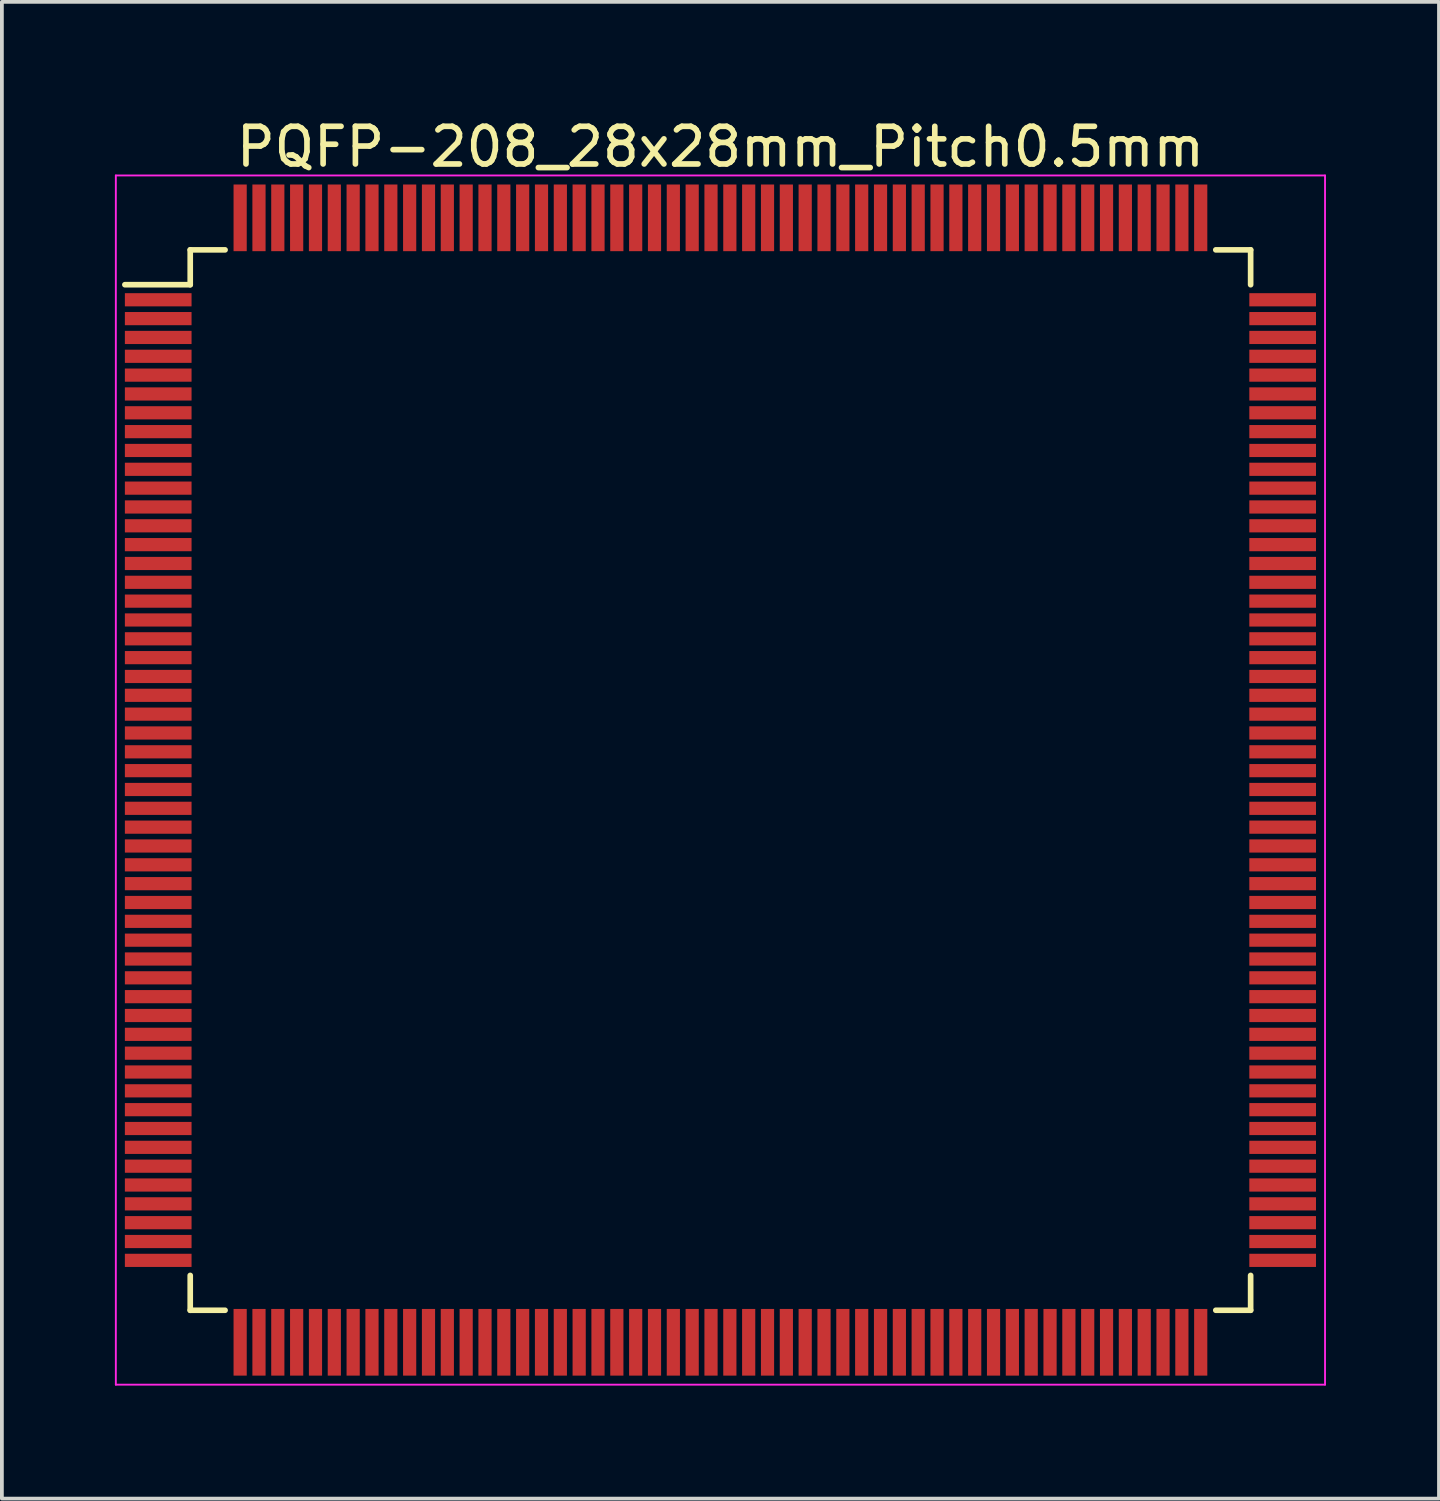
<source format=kicad_pcb>
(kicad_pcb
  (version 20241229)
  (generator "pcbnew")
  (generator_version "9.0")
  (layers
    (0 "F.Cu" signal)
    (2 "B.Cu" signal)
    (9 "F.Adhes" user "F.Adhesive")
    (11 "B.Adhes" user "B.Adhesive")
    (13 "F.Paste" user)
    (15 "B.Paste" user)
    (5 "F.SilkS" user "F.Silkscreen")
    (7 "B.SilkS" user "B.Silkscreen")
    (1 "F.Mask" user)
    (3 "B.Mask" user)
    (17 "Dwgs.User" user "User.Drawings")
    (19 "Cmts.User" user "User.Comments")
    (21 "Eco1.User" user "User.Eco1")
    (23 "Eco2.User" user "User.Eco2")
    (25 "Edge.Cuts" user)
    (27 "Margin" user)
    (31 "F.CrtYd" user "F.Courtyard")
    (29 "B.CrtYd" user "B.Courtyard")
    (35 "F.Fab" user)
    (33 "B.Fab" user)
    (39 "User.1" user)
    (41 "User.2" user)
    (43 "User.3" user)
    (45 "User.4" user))
  (footprint "PQFP-208_28x28mm_Pitch0.5mm"
    (layer "F.Cu")
    (at 16.075 17.658)
    (property "Reference" "PQFP-208_28x28mm_Pitch0.5mm" (at 0 -16.81 0) (layer "F.SilkS") (effects (font (size 1 1) (thickness 0.15))))
    (attr smd)
    (fp_line (start -14.075 -14.075) (end -14.075 -13.15) (stroke (width 0.15) (type solid)) (layer "F.SilkS"))
    (fp_line (start -14.075 -14.075) (end -13.15 -14.075) (stroke (width 0.15) (type solid)) (layer "F.SilkS"))
    (fp_line (start -14.075 -13.15) (end -15.81 -13.15) (stroke (width 0.15) (type solid)) (layer "F.SilkS"))
    (fp_line (start -14.075 14.075) (end -14.075 13.15) (stroke (width 0.15) (type solid)) (layer "F.SilkS"))
    (fp_line (start -14.075 14.075) (end -13.15 14.075) (stroke (width 0.15) (type solid)) (layer "F.SilkS"))
    (fp_line (start 14.075 -14.075) (end 13.15 -14.075) (stroke (width 0.15) (type solid)) (layer "F.SilkS"))
    (fp_line (start 14.075 -14.075) (end 14.075 -13.15) (stroke (width 0.15) (type solid)) (layer "F.SilkS"))
    (fp_line (start 14.075 14.075) (end 13.15 14.075) (stroke (width 0.15) (type solid)) (layer "F.SilkS"))
    (fp_line (start 14.075 14.075) (end 14.075 13.15) (stroke (width 0.15) (type solid)) (layer "F.SilkS"))
    (fp_line (start -16.05 -16.05) (end -16.05 16.05) (stroke (width 0.05) (type solid)) (layer "F.CrtYd"))
    (fp_line (start -16.05 -16.05) (end 16.05 -16.05) (stroke (width 0.05) (type solid)) (layer "F.CrtYd"))
    (fp_line (start -16.05 16.05) (end 16.05 16.05) (stroke (width 0.05) (type solid)) (layer "F.CrtYd"))
    (fp_line (start 16.05 -16.05) (end 16.05 16.05) (stroke (width 0.05) (type solid)) (layer "F.CrtYd"))
    (pad "1" smd rect (at -14.925 -12.75) (size 1.77 0.35) (layers "F.Cu" "F.Mask" "F.Paste"))
    (pad "2" smd rect (at -14.925 -12.25) (size 1.77 0.35) (layers "F.Cu" "F.Mask" "F.Paste"))
    (pad "3" smd rect (at -14.925 -11.75) (size 1.77 0.35) (layers "F.Cu" "F.Mask" "F.Paste"))
    (pad "4" smd rect (at -14.925 -11.25) (size 1.77 0.35) (layers "F.Cu" "F.Mask" "F.Paste"))
    (pad "5" smd rect (at -14.925 -10.75) (size 1.77 0.35) (layers "F.Cu" "F.Mask" "F.Paste"))
    (pad "6" smd rect (at -14.925 -10.25) (size 1.77 0.35) (layers "F.Cu" "F.Mask" "F.Paste"))
    (pad "7" smd rect (at -14.925 -9.75) (size 1.77 0.35) (layers "F.Cu" "F.Mask" "F.Paste"))
    (pad "8" smd rect (at -14.925 -9.25) (size 1.77 0.35) (layers "F.Cu" "F.Mask" "F.Paste"))
    (pad "9" smd rect (at -14.925 -8.75) (size 1.77 0.35) (layers "F.Cu" "F.Mask" "F.Paste"))
    (pad "10" smd rect (at -14.925 -8.25) (size 1.77 0.35) (layers "F.Cu" "F.Mask" "F.Paste"))
    (pad "11" smd rect (at -14.925 -7.75) (size 1.77 0.35) (layers "F.Cu" "F.Mask" "F.Paste"))
    (pad "12" smd rect (at -14.925 -7.25) (size 1.77 0.35) (layers "F.Cu" "F.Mask" "F.Paste"))
    (pad "13" smd rect (at -14.925 -6.75) (size 1.77 0.35) (layers "F.Cu" "F.Mask" "F.Paste"))
    (pad "14" smd rect (at -14.925 -6.25) (size 1.77 0.35) (layers "F.Cu" "F.Mask" "F.Paste"))
    (pad "15" smd rect (at -14.925 -5.75) (size 1.77 0.35) (layers "F.Cu" "F.Mask" "F.Paste"))
    (pad "16" smd rect (at -14.925 -5.25) (size 1.77 0.35) (layers "F.Cu" "F.Mask" "F.Paste"))
    (pad "17" smd rect (at -14.925 -4.75) (size 1.77 0.35) (layers "F.Cu" "F.Mask" "F.Paste"))
    (pad "18" smd rect (at -14.925 -4.25) (size 1.77 0.35) (layers "F.Cu" "F.Mask" "F.Paste"))
    (pad "19" smd rect (at -14.925 -3.75) (size 1.77 0.35) (layers "F.Cu" "F.Mask" "F.Paste"))
    (pad "20" smd rect (at -14.925 -3.25) (size 1.77 0.35) (layers "F.Cu" "F.Mask" "F.Paste"))
    (pad "21" smd rect (at -14.925 -2.75) (size 1.77 0.35) (layers "F.Cu" "F.Mask" "F.Paste"))
    (pad "22" smd rect (at -14.925 -2.25) (size 1.77 0.35) (layers "F.Cu" "F.Mask" "F.Paste"))
    (pad "23" smd rect (at -14.925 -1.75) (size 1.77 0.35) (layers "F.Cu" "F.Mask" "F.Paste"))
    (pad "24" smd rect (at -14.925 -1.25) (size 1.77 0.35) (layers "F.Cu" "F.Mask" "F.Paste"))
    (pad "25" smd rect (at -14.925 -0.75) (size 1.77 0.35) (layers "F.Cu" "F.Mask" "F.Paste"))
    (pad "26" smd rect (at -14.925 -0.25) (size 1.77 0.35) (layers "F.Cu" "F.Mask" "F.Paste"))
    (pad "27" smd rect (at -14.925 0.25) (size 1.77 0.35) (layers "F.Cu" "F.Mask" "F.Paste"))
    (pad "28" smd rect (at -14.925 0.75) (size 1.77 0.35) (layers "F.Cu" "F.Mask" "F.Paste"))
    (pad "29" smd rect (at -14.925 1.25) (size 1.77 0.35) (layers "F.Cu" "F.Mask" "F.Paste"))
    (pad "30" smd rect (at -14.925 1.75) (size 1.77 0.35) (layers "F.Cu" "F.Mask" "F.Paste"))
    (pad "31" smd rect (at -14.925 2.25) (size 1.77 0.35) (layers "F.Cu" "F.Mask" "F.Paste"))
    (pad "32" smd rect (at -14.925 2.75) (size 1.77 0.35) (layers "F.Cu" "F.Mask" "F.Paste"))
    (pad "33" smd rect (at -14.925 3.25) (size 1.77 0.35) (layers "F.Cu" "F.Mask" "F.Paste"))
    (pad "34" smd rect (at -14.925 3.75) (size 1.77 0.35) (layers "F.Cu" "F.Mask" "F.Paste"))
    (pad "35" smd rect (at -14.925 4.25) (size 1.77 0.35) (layers "F.Cu" "F.Mask" "F.Paste"))
    (pad "36" smd rect (at -14.925 4.75) (size 1.77 0.35) (layers "F.Cu" "F.Mask" "F.Paste"))
    (pad "37" smd rect (at -14.925 5.25) (size 1.77 0.35) (layers "F.Cu" "F.Mask" "F.Paste"))
    (pad "38" smd rect (at -14.925 5.75) (size 1.77 0.35) (layers "F.Cu" "F.Mask" "F.Paste"))
    (pad "39" smd rect (at -14.925 6.25) (size 1.77 0.35) (layers "F.Cu" "F.Mask" "F.Paste"))
    (pad "40" smd rect (at -14.925 6.75) (size 1.77 0.35) (layers "F.Cu" "F.Mask" "F.Paste"))
    (pad "41" smd rect (at -14.925 7.25) (size 1.77 0.35) (layers "F.Cu" "F.Mask" "F.Paste"))
    (pad "42" smd rect (at -14.925 7.75) (size 1.77 0.35) (layers "F.Cu" "F.Mask" "F.Paste"))
    (pad "43" smd rect (at -14.925 8.25) (size 1.77 0.35) (layers "F.Cu" "F.Mask" "F.Paste"))
    (pad "44" smd rect (at -14.925 8.75) (size 1.77 0.35) (layers "F.Cu" "F.Mask" "F.Paste"))
    (pad "45" smd rect (at -14.925 9.25) (size 1.77 0.35) (layers "F.Cu" "F.Mask" "F.Paste"))
    (pad "46" smd rect (at -14.925 9.75) (size 1.77 0.35) (layers "F.Cu" "F.Mask" "F.Paste"))
    (pad "47" smd rect (at -14.925 10.25) (size 1.77 0.35) (layers "F.Cu" "F.Mask" "F.Paste"))
    (pad "48" smd rect (at -14.925 10.75) (size 1.77 0.35) (layers "F.Cu" "F.Mask" "F.Paste"))
    (pad "49" smd rect (at -14.925 11.25) (size 1.77 0.35) (layers "F.Cu" "F.Mask" "F.Paste"))
    (pad "50" smd rect (at -14.925 11.75) (size 1.77 0.35) (layers "F.Cu" "F.Mask" "F.Paste"))
    (pad "51" smd rect (at -14.925 12.25) (size 1.77 0.35) (layers "F.Cu" "F.Mask" "F.Paste"))
    (pad "52" smd rect (at -14.925 12.75) (size 1.77 0.35) (layers "F.Cu" "F.Mask" "F.Paste"))
    (pad "53" smd rect (at -12.75 14.925 90) (size 1.77 0.35) (layers "F.Cu" "F.Mask" "F.Paste"))
    (pad "54" smd rect (at -12.25 14.925 90) (size 1.77 0.35) (layers "F.Cu" "F.Mask" "F.Paste"))
    (pad "55" smd rect (at -11.75 14.925 90) (size 1.77 0.35) (layers "F.Cu" "F.Mask" "F.Paste"))
    (pad "56" smd rect (at -11.25 14.925 90) (size 1.77 0.35) (layers "F.Cu" "F.Mask" "F.Paste"))
    (pad "57" smd rect (at -10.75 14.925 90) (size 1.77 0.35) (layers "F.Cu" "F.Mask" "F.Paste"))
    (pad "58" smd rect (at -10.25 14.925 90) (size 1.77 0.35) (layers "F.Cu" "F.Mask" "F.Paste"))
    (pad "59" smd rect (at -9.75 14.925 90) (size 1.77 0.35) (layers "F.Cu" "F.Mask" "F.Paste"))
    (pad "60" smd rect (at -9.25 14.925 90) (size 1.77 0.35) (layers "F.Cu" "F.Mask" "F.Paste"))
    (pad "61" smd rect (at -8.75 14.925 90) (size 1.77 0.35) (layers "F.Cu" "F.Mask" "F.Paste"))
    (pad "62" smd rect (at -8.25 14.925 90) (size 1.77 0.35) (layers "F.Cu" "F.Mask" "F.Paste"))
    (pad "63" smd rect (at -7.75 14.925 90) (size 1.77 0.35) (layers "F.Cu" "F.Mask" "F.Paste"))
    (pad "64" smd rect (at -7.25 14.925 90) (size 1.77 0.35) (layers "F.Cu" "F.Mask" "F.Paste"))
    (pad "65" smd rect (at -6.75 14.925 90) (size 1.77 0.35) (layers "F.Cu" "F.Mask" "F.Paste"))
    (pad "66" smd rect (at -6.25 14.925 90) (size 1.77 0.35) (layers "F.Cu" "F.Mask" "F.Paste"))
    (pad "67" smd rect (at -5.75 14.925 90) (size 1.77 0.35) (layers "F.Cu" "F.Mask" "F.Paste"))
    (pad "68" smd rect (at -5.25 14.925 90) (size 1.77 0.35) (layers "F.Cu" "F.Mask" "F.Paste"))
    (pad "69" smd rect (at -4.75 14.925 90) (size 1.77 0.35) (layers "F.Cu" "F.Mask" "F.Paste"))
    (pad "70" smd rect (at -4.25 14.925 90) (size 1.77 0.35) (layers "F.Cu" "F.Mask" "F.Paste"))
    (pad "71" smd rect (at -3.75 14.925 90) (size 1.77 0.35) (layers "F.Cu" "F.Mask" "F.Paste"))
    (pad "72" smd rect (at -3.25 14.925 90) (size 1.77 0.35) (layers "F.Cu" "F.Mask" "F.Paste"))
    (pad "73" smd rect (at -2.75 14.925 90) (size 1.77 0.35) (layers "F.Cu" "F.Mask" "F.Paste"))
    (pad "74" smd rect (at -2.25 14.925 90) (size 1.77 0.35) (layers "F.Cu" "F.Mask" "F.Paste"))
    (pad "75" smd rect (at -1.75 14.925 90) (size 1.77 0.35) (layers "F.Cu" "F.Mask" "F.Paste"))
    (pad "76" smd rect (at -1.25 14.925 90) (size 1.77 0.35) (layers "F.Cu" "F.Mask" "F.Paste"))
    (pad "77" smd rect (at -0.75 14.925 90) (size 1.77 0.35) (layers "F.Cu" "F.Mask" "F.Paste"))
    (pad "78" smd rect (at -0.25 14.925 90) (size 1.77 0.35) (layers "F.Cu" "F.Mask" "F.Paste"))
    (pad "79" smd rect (at 0.25 14.925 90) (size 1.77 0.35) (layers "F.Cu" "F.Mask" "F.Paste"))
    (pad "80" smd rect (at 0.75 14.925 90) (size 1.77 0.35) (layers "F.Cu" "F.Mask" "F.Paste"))
    (pad "81" smd rect (at 1.25 14.925 90) (size 1.77 0.35) (layers "F.Cu" "F.Mask" "F.Paste"))
    (pad "82" smd rect (at 1.75 14.925 90) (size 1.77 0.35) (layers "F.Cu" "F.Mask" "F.Paste"))
    (pad "83" smd rect (at 2.25 14.925 90) (size 1.77 0.35) (layers "F.Cu" "F.Mask" "F.Paste"))
    (pad "84" smd rect (at 2.75 14.925 90) (size 1.77 0.35) (layers "F.Cu" "F.Mask" "F.Paste"))
    (pad "85" smd rect (at 3.25 14.925 90) (size 1.77 0.35) (layers "F.Cu" "F.Mask" "F.Paste"))
    (pad "86" smd rect (at 3.75 14.925 90) (size 1.77 0.35) (layers "F.Cu" "F.Mask" "F.Paste"))
    (pad "87" smd rect (at 4.25 14.925 90) (size 1.77 0.35) (layers "F.Cu" "F.Mask" "F.Paste"))
    (pad "88" smd rect (at 4.75 14.925 90) (size 1.77 0.35) (layers "F.Cu" "F.Mask" "F.Paste"))
    (pad "89" smd rect (at 5.25 14.925 90) (size 1.77 0.35) (layers "F.Cu" "F.Mask" "F.Paste"))
    (pad "90" smd rect (at 5.75 14.925 90) (size 1.77 0.35) (layers "F.Cu" "F.Mask" "F.Paste"))
    (pad "91" smd rect (at 6.25 14.925 90) (size 1.77 0.35) (layers "F.Cu" "F.Mask" "F.Paste"))
    (pad "92" smd rect (at 6.75 14.925 90) (size 1.77 0.35) (layers "F.Cu" "F.Mask" "F.Paste"))
    (pad "93" smd rect (at 7.25 14.925 90) (size 1.77 0.35) (layers "F.Cu" "F.Mask" "F.Paste"))
    (pad "94" smd rect (at 7.75 14.925 90) (size 1.77 0.35) (layers "F.Cu" "F.Mask" "F.Paste"))
    (pad "95" smd rect (at 8.25 14.925 90) (size 1.77 0.35) (layers "F.Cu" "F.Mask" "F.Paste"))
    (pad "96" smd rect (at 8.75 14.925 90) (size 1.77 0.35) (layers "F.Cu" "F.Mask" "F.Paste"))
    (pad "97" smd rect (at 9.25 14.925 90) (size 1.77 0.35) (layers "F.Cu" "F.Mask" "F.Paste"))
    (pad "98" smd rect (at 9.75 14.925 90) (size 1.77 0.35) (layers "F.Cu" "F.Mask" "F.Paste"))
    (pad "99" smd rect (at 10.25 14.925 90) (size 1.77 0.35) (layers "F.Cu" "F.Mask" "F.Paste"))
    (pad "100" smd rect (at 10.75 14.925 90) (size 1.77 0.35) (layers "F.Cu" "F.Mask" "F.Paste"))
    (pad "101" smd rect (at 11.25 14.925 90) (size 1.77 0.35) (layers "F.Cu" "F.Mask" "F.Paste"))
    (pad "102" smd rect (at 11.75 14.925 90) (size 1.77 0.35) (layers "F.Cu" "F.Mask" "F.Paste"))
    (pad "103" smd rect (at 12.25 14.925 90) (size 1.77 0.35) (layers "F.Cu" "F.Mask" "F.Paste"))
    (pad "104" smd rect (at 12.75 14.925 90) (size 1.77 0.35) (layers "F.Cu" "F.Mask" "F.Paste"))
    (pad "105" smd rect (at 14.925 12.75) (size 1.77 0.35) (layers "F.Cu" "F.Mask" "F.Paste"))
    (pad "106" smd rect (at 14.925 12.25) (size 1.77 0.35) (layers "F.Cu" "F.Mask" "F.Paste"))
    (pad "107" smd rect (at 14.925 11.75) (size 1.77 0.35) (layers "F.Cu" "F.Mask" "F.Paste"))
    (pad "108" smd rect (at 14.925 11.25) (size 1.77 0.35) (layers "F.Cu" "F.Mask" "F.Paste"))
    (pad "109" smd rect (at 14.925 10.75) (size 1.77 0.35) (layers "F.Cu" "F.Mask" "F.Paste"))
    (pad "110" smd rect (at 14.925 10.25) (size 1.77 0.35) (layers "F.Cu" "F.Mask" "F.Paste"))
    (pad "111" smd rect (at 14.925 9.75) (size 1.77 0.35) (layers "F.Cu" "F.Mask" "F.Paste"))
    (pad "112" smd rect (at 14.925 9.25) (size 1.77 0.35) (layers "F.Cu" "F.Mask" "F.Paste"))
    (pad "113" smd rect (at 14.925 8.75) (size 1.77 0.35) (layers "F.Cu" "F.Mask" "F.Paste"))
    (pad "114" smd rect (at 14.925 8.25) (size 1.77 0.35) (layers "F.Cu" "F.Mask" "F.Paste"))
    (pad "115" smd rect (at 14.925 7.75) (size 1.77 0.35) (layers "F.Cu" "F.Mask" "F.Paste"))
    (pad "116" smd rect (at 14.925 7.25) (size 1.77 0.35) (layers "F.Cu" "F.Mask" "F.Paste"))
    (pad "117" smd rect (at 14.925 6.75) (size 1.77 0.35) (layers "F.Cu" "F.Mask" "F.Paste"))
    (pad "118" smd rect (at 14.925 6.25) (size 1.77 0.35) (layers "F.Cu" "F.Mask" "F.Paste"))
    (pad "119" smd rect (at 14.925 5.75) (size 1.77 0.35) (layers "F.Cu" "F.Mask" "F.Paste"))
    (pad "120" smd rect (at 14.925 5.25) (size 1.77 0.35) (layers "F.Cu" "F.Mask" "F.Paste"))
    (pad "121" smd rect (at 14.925 4.75) (size 1.77 0.35) (layers "F.Cu" "F.Mask" "F.Paste"))
    (pad "122" smd rect (at 14.925 4.25) (size 1.77 0.35) (layers "F.Cu" "F.Mask" "F.Paste"))
    (pad "123" smd rect (at 14.925 3.75) (size 1.77 0.35) (layers "F.Cu" "F.Mask" "F.Paste"))
    (pad "124" smd rect (at 14.925 3.25) (size 1.77 0.35) (layers "F.Cu" "F.Mask" "F.Paste"))
    (pad "125" smd rect (at 14.925 2.75) (size 1.77 0.35) (layers "F.Cu" "F.Mask" "F.Paste"))
    (pad "126" smd rect (at 14.925 2.25) (size 1.77 0.35) (layers "F.Cu" "F.Mask" "F.Paste"))
    (pad "127" smd rect (at 14.925 1.75) (size 1.77 0.35) (layers "F.Cu" "F.Mask" "F.Paste"))
    (pad "128" smd rect (at 14.925 1.25) (size 1.77 0.35) (layers "F.Cu" "F.Mask" "F.Paste"))
    (pad "129" smd rect (at 14.925 0.75) (size 1.77 0.35) (layers "F.Cu" "F.Mask" "F.Paste"))
    (pad "130" smd rect (at 14.925 0.25) (size 1.77 0.35) (layers "F.Cu" "F.Mask" "F.Paste"))
    (pad "131" smd rect (at 14.925 -0.25) (size 1.77 0.35) (layers "F.Cu" "F.Mask" "F.Paste"))
    (pad "132" smd rect (at 14.925 -0.75) (size 1.77 0.35) (layers "F.Cu" "F.Mask" "F.Paste"))
    (pad "133" smd rect (at 14.925 -1.25) (size 1.77 0.35) (layers "F.Cu" "F.Mask" "F.Paste"))
    (pad "134" smd rect (at 14.925 -1.75) (size 1.77 0.35) (layers "F.Cu" "F.Mask" "F.Paste"))
    (pad "135" smd rect (at 14.925 -2.25) (size 1.77 0.35) (layers "F.Cu" "F.Mask" "F.Paste"))
    (pad "136" smd rect (at 14.925 -2.75) (size 1.77 0.35) (layers "F.Cu" "F.Mask" "F.Paste"))
    (pad "137" smd rect (at 14.925 -3.25) (size 1.77 0.35) (layers "F.Cu" "F.Mask" "F.Paste"))
    (pad "138" smd rect (at 14.925 -3.75) (size 1.77 0.35) (layers "F.Cu" "F.Mask" "F.Paste"))
    (pad "139" smd rect (at 14.925 -4.25) (size 1.77 0.35) (layers "F.Cu" "F.Mask" "F.Paste"))
    (pad "140" smd rect (at 14.925 -4.75) (size 1.77 0.35) (layers "F.Cu" "F.Mask" "F.Paste"))
    (pad "141" smd rect (at 14.925 -5.25) (size 1.77 0.35) (layers "F.Cu" "F.Mask" "F.Paste"))
    (pad "142" smd rect (at 14.925 -5.75) (size 1.77 0.35) (layers "F.Cu" "F.Mask" "F.Paste"))
    (pad "143" smd rect (at 14.925 -6.25) (size 1.77 0.35) (layers "F.Cu" "F.Mask" "F.Paste"))
    (pad "144" smd rect (at 14.925 -6.75) (size 1.77 0.35) (layers "F.Cu" "F.Mask" "F.Paste"))
    (pad "145" smd rect (at 14.925 -7.25) (size 1.77 0.35) (layers "F.Cu" "F.Mask" "F.Paste"))
    (pad "146" smd rect (at 14.925 -7.75) (size 1.77 0.35) (layers "F.Cu" "F.Mask" "F.Paste"))
    (pad "147" smd rect (at 14.925 -8.25) (size 1.77 0.35) (layers "F.Cu" "F.Mask" "F.Paste"))
    (pad "148" smd rect (at 14.925 -8.75) (size 1.77 0.35) (layers "F.Cu" "F.Mask" "F.Paste"))
    (pad "149" smd rect (at 14.925 -9.25) (size 1.77 0.35) (layers "F.Cu" "F.Mask" "F.Paste"))
    (pad "150" smd rect (at 14.925 -9.75) (size 1.77 0.35) (layers "F.Cu" "F.Mask" "F.Paste"))
    (pad "151" smd rect (at 14.925 -10.25) (size 1.77 0.35) (layers "F.Cu" "F.Mask" "F.Paste"))
    (pad "152" smd rect (at 14.925 -10.75) (size 1.77 0.35) (layers "F.Cu" "F.Mask" "F.Paste"))
    (pad "153" smd rect (at 14.925 -11.25) (size 1.77 0.35) (layers "F.Cu" "F.Mask" "F.Paste"))
    (pad "154" smd rect (at 14.925 -11.75) (size 1.77 0.35) (layers "F.Cu" "F.Mask" "F.Paste"))
    (pad "155" smd rect (at 14.925 -12.25) (size 1.77 0.35) (layers "F.Cu" "F.Mask" "F.Paste"))
    (pad "156" smd rect (at 14.925 -12.75) (size 1.77 0.35) (layers "F.Cu" "F.Mask" "F.Paste"))
    (pad "157" smd rect (at 12.75 -14.925 90) (size 1.77 0.35) (layers "F.Cu" "F.Mask" "F.Paste"))
    (pad "158" smd rect (at 12.25 -14.925 90) (size 1.77 0.35) (layers "F.Cu" "F.Mask" "F.Paste"))
    (pad "159" smd rect (at 11.75 -14.925 90) (size 1.77 0.35) (layers "F.Cu" "F.Mask" "F.Paste"))
    (pad "160" smd rect (at 11.25 -14.925 90) (size 1.77 0.35) (layers "F.Cu" "F.Mask" "F.Paste"))
    (pad "161" smd rect (at 10.75 -14.925 90) (size 1.77 0.35) (layers "F.Cu" "F.Mask" "F.Paste"))
    (pad "162" smd rect (at 10.25 -14.925 90) (size 1.77 0.35) (layers "F.Cu" "F.Mask" "F.Paste"))
    (pad "163" smd rect (at 9.75 -14.925 90) (size 1.77 0.35) (layers "F.Cu" "F.Mask" "F.Paste"))
    (pad "164" smd rect (at 9.25 -14.925 90) (size 1.77 0.35) (layers "F.Cu" "F.Mask" "F.Paste"))
    (pad "165" smd rect (at 8.75 -14.925 90) (size 1.77 0.35) (layers "F.Cu" "F.Mask" "F.Paste"))
    (pad "166" smd rect (at 8.25 -14.925 90) (size 1.77 0.35) (layers "F.Cu" "F.Mask" "F.Paste"))
    (pad "167" smd rect (at 7.75 -14.925 90) (size 1.77 0.35) (layers "F.Cu" "F.Mask" "F.Paste"))
    (pad "168" smd rect (at 7.25 -14.925 90) (size 1.77 0.35) (layers "F.Cu" "F.Mask" "F.Paste"))
    (pad "169" smd rect (at 6.75 -14.925 90) (size 1.77 0.35) (layers "F.Cu" "F.Mask" "F.Paste"))
    (pad "170" smd rect (at 6.25 -14.925 90) (size 1.77 0.35) (layers "F.Cu" "F.Mask" "F.Paste"))
    (pad "171" smd rect (at 5.75 -14.925 90) (size 1.77 0.35) (layers "F.Cu" "F.Mask" "F.Paste"))
    (pad "172" smd rect (at 5.25 -14.925 90) (size 1.77 0.35) (layers "F.Cu" "F.Mask" "F.Paste"))
    (pad "173" smd rect (at 4.75 -14.925 90) (size 1.77 0.35) (layers "F.Cu" "F.Mask" "F.Paste"))
    (pad "174" smd rect (at 4.25 -14.925 90) (size 1.77 0.35) (layers "F.Cu" "F.Mask" "F.Paste"))
    (pad "175" smd rect (at 3.75 -14.925 90) (size 1.77 0.35) (layers "F.Cu" "F.Mask" "F.Paste"))
    (pad "176" smd rect (at 3.25 -14.925 90) (size 1.77 0.35) (layers "F.Cu" "F.Mask" "F.Paste"))
    (pad "177" smd rect (at 2.75 -14.925 90) (size 1.77 0.35) (layers "F.Cu" "F.Mask" "F.Paste"))
    (pad "178" smd rect (at 2.25 -14.925 90) (size 1.77 0.35) (layers "F.Cu" "F.Mask" "F.Paste"))
    (pad "179" smd rect (at 1.75 -14.925 90) (size 1.77 0.35) (layers "F.Cu" "F.Mask" "F.Paste"))
    (pad "180" smd rect (at 1.25 -14.925 90) (size 1.77 0.35) (layers "F.Cu" "F.Mask" "F.Paste"))
    (pad "181" smd rect (at 0.75 -14.925 90) (size 1.77 0.35) (layers "F.Cu" "F.Mask" "F.Paste"))
    (pad "182" smd rect (at 0.25 -14.925 90) (size 1.77 0.35) (layers "F.Cu" "F.Mask" "F.Paste"))
    (pad "183" smd rect (at -0.25 -14.925 90) (size 1.77 0.35) (layers "F.Cu" "F.Mask" "F.Paste"))
    (pad "184" smd rect (at -0.75 -14.925 90) (size 1.77 0.35) (layers "F.Cu" "F.Mask" "F.Paste"))
    (pad "185" smd rect (at -1.25 -14.925 90) (size 1.77 0.35) (layers "F.Cu" "F.Mask" "F.Paste"))
    (pad "186" smd rect (at -1.75 -14.925 90) (size 1.77 0.35) (layers "F.Cu" "F.Mask" "F.Paste"))
    (pad "187" smd rect (at -2.25 -14.925 90) (size 1.77 0.35) (layers "F.Cu" "F.Mask" "F.Paste"))
    (pad "188" smd rect (at -2.75 -14.925 90) (size 1.77 0.35) (layers "F.Cu" "F.Mask" "F.Paste"))
    (pad "189" smd rect (at -3.25 -14.925 90) (size 1.77 0.35) (layers "F.Cu" "F.Mask" "F.Paste"))
    (pad "190" smd rect (at -3.75 -14.925 90) (size 1.77 0.35) (layers "F.Cu" "F.Mask" "F.Paste"))
    (pad "191" smd rect (at -4.25 -14.925 90) (size 1.77 0.35) (layers "F.Cu" "F.Mask" "F.Paste"))
    (pad "192" smd rect (at -4.75 -14.925 90) (size 1.77 0.35) (layers "F.Cu" "F.Mask" "F.Paste"))
    (pad "193" smd rect (at -5.25 -14.925 90) (size 1.77 0.35) (layers "F.Cu" "F.Mask" "F.Paste"))
    (pad "194" smd rect (at -5.75 -14.925 90) (size 1.77 0.35) (layers "F.Cu" "F.Mask" "F.Paste"))
    (pad "195" smd rect (at -6.25 -14.925 90) (size 1.77 0.35) (layers "F.Cu" "F.Mask" "F.Paste"))
    (pad "196" smd rect (at -6.75 -14.925 90) (size 1.77 0.35) (layers "F.Cu" "F.Mask" "F.Paste"))
    (pad "197" smd rect (at -7.25 -14.925 90) (size 1.77 0.35) (layers "F.Cu" "F.Mask" "F.Paste"))
    (pad "198" smd rect (at -7.75 -14.925 90) (size 1.77 0.35) (layers "F.Cu" "F.Mask" "F.Paste"))
    (pad "199" smd rect (at -8.25 -14.925 90) (size 1.77 0.35) (layers "F.Cu" "F.Mask" "F.Paste"))
    (pad "200" smd rect (at -8.75 -14.925 90) (size 1.77 0.35) (layers "F.Cu" "F.Mask" "F.Paste"))
    (pad "201" smd rect (at -9.25 -14.925 90) (size 1.77 0.35) (layers "F.Cu" "F.Mask" "F.Paste"))
    (pad "202" smd rect (at -9.75 -14.925 90) (size 1.77 0.35) (layers "F.Cu" "F.Mask" "F.Paste"))
    (pad "203" smd rect (at -10.25 -14.925 90) (size 1.77 0.35) (layers "F.Cu" "F.Mask" "F.Paste"))
    (pad "204" smd rect (at -10.75 -14.925 90) (size 1.77 0.35) (layers "F.Cu" "F.Mask" "F.Paste"))
    (pad "205" smd rect (at -11.25 -14.925 90) (size 1.77 0.35) (layers "F.Cu" "F.Mask" "F.Paste"))
    (pad "206" smd rect (at -11.75 -14.925 90) (size 1.77 0.35) (layers "F.Cu" "F.Mask" "F.Paste"))
    (pad "207" smd rect (at -12.25 -14.925 90) (size 1.77 0.35) (layers "F.Cu" "F.Mask" "F.Paste"))
    (pad "208" smd rect (at -12.75 -14.925 90) (size 1.77 0.35) (layers "F.Cu" "F.Mask" "F.Paste")))
  (gr_rect
    (start -3 -3)
    (end 35.15 36.733)
    (stroke (width 0.1) (type default))
    (fill no)
    (layer "Edge.Cuts")))
</source>
